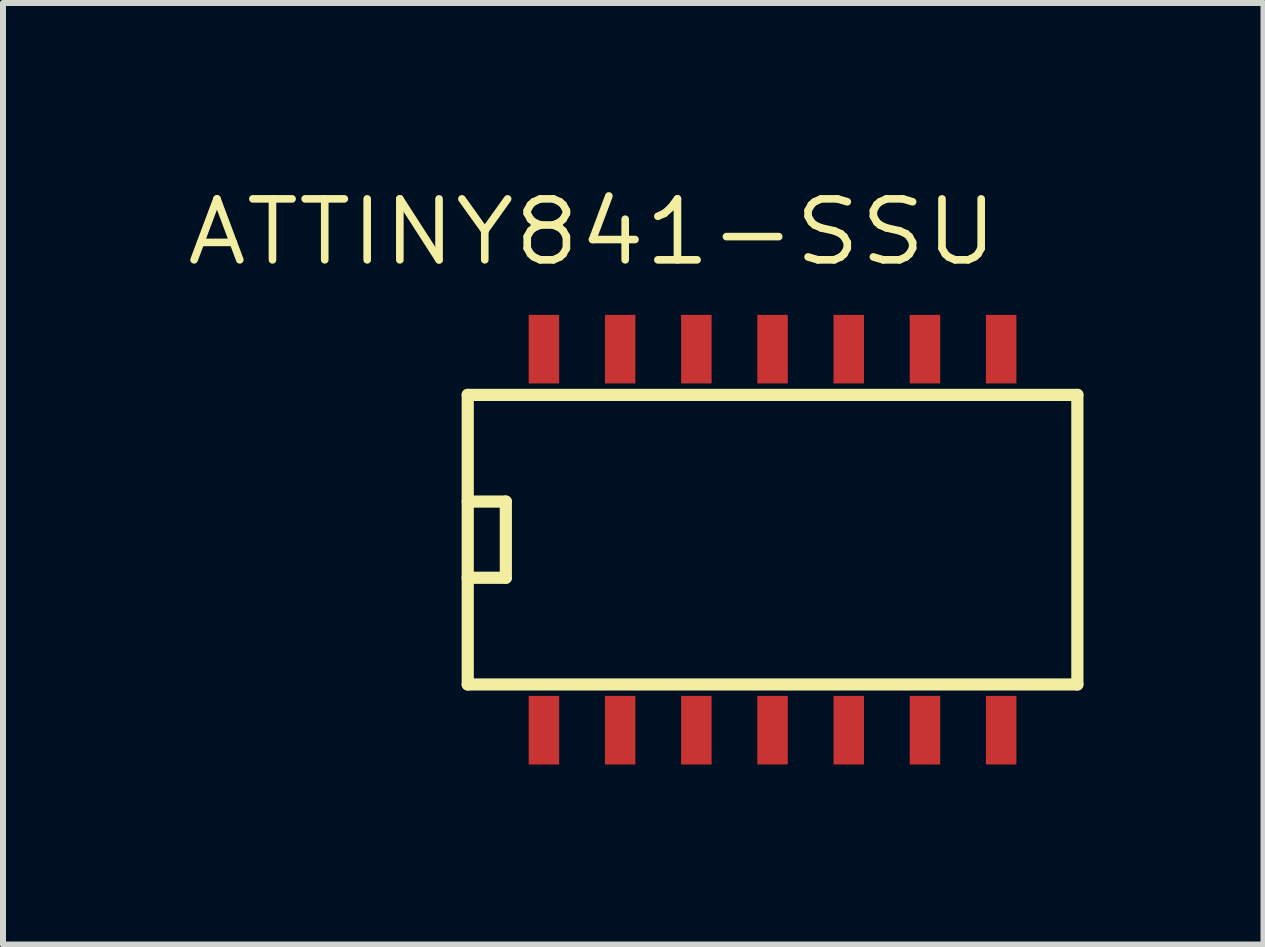
<source format=kicad_pcb>
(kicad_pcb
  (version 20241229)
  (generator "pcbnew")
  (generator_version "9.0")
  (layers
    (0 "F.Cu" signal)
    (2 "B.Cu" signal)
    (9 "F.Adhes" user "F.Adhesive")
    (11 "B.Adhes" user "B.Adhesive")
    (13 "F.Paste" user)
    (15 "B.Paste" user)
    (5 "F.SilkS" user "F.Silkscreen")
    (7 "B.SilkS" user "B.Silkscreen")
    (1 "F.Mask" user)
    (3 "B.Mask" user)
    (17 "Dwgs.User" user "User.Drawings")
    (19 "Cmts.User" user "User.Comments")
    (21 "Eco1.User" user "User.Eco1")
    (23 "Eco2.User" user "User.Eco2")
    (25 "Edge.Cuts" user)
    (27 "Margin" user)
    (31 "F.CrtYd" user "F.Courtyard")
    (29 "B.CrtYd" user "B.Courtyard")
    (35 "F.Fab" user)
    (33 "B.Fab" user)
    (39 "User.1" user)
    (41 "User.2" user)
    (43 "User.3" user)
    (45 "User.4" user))
  (footprint "ATTINY841-SSU"
    (layer "F.Cu")
    (at 9.825 5.817)
    (property "Reference" "ATTINY841-SSU" (at -3 -5 0) (layer "F.SilkS") (effects (font (size 1.016 1.143) (thickness 0.127))))
    (attr smd)
    (fp_line (start -5.08 -2.286) (end 5.08 -2.286) (stroke (width 0.203) (type solid)) (layer "F.SilkS"))
    (fp_line (start -5.08 -0.508) (end -4.445 -0.508) (stroke (width 0.203) (type solid)) (layer "F.SilkS"))
    (fp_line (start -5.08 2.54) (end -5.08 -2.286) (stroke (width 0.203) (type solid)) (layer "F.SilkS"))
    (fp_line (start -4.445 -0.508) (end -4.445 0.762) (stroke (width 0.203) (type solid)) (layer "F.SilkS"))
    (fp_line (start -4.445 0.762) (end -5.08 0.762) (stroke (width 0.203) (type solid)) (layer "F.SilkS"))
    (fp_line (start 5.08 -2.286) (end 5.08 2.54) (stroke (width 0.203) (type solid)) (layer "F.SilkS"))
    (fp_line (start 5.08 2.54) (end -5.08 2.54) (stroke (width 0.203) (type solid)) (layer "F.SilkS"))
    (pad "1" smd rect (at -3.81 3.302) (size 0.508 1.143) (layers "F.Cu" "F.Mask" "F.Paste"))
    (pad "2" smd rect (at -2.54 3.302) (size 0.508 1.143) (layers "F.Cu" "F.Mask" "F.Paste"))
    (pad "3" smd rect (at -1.27 3.302) (size 0.508 1.143) (layers "F.Cu" "F.Mask" "F.Paste"))
    (pad "4" smd rect (at 0 3.302) (size 0.508 1.143) (layers "F.Cu" "F.Mask" "F.Paste"))
    (pad "5" smd rect (at 1.27 3.302) (size 0.508 1.143) (layers "F.Cu" "F.Mask" "F.Paste"))
    (pad "6" smd rect (at 2.54 3.302) (size 0.508 1.143) (layers "F.Cu" "F.Mask" "F.Paste"))
    (pad "7" smd rect (at 3.81 3.302) (size 0.508 1.143) (layers "F.Cu" "F.Mask" "F.Paste"))
    (pad "8" smd rect (at 3.81 -3.048) (size 0.508 1.143) (layers "F.Cu" "F.Mask" "F.Paste"))
    (pad "9" smd rect (at 2.54 -3.048) (size 0.508 1.143) (layers "F.Cu" "F.Mask" "F.Paste"))
    (pad "10" smd rect (at 1.27 -3.048) (size 0.508 1.143) (layers "F.Cu" "F.Mask" "F.Paste"))
    (pad "11" smd rect (at 0 -3.048) (size 0.508 1.143) (layers "F.Cu" "F.Mask" "F.Paste"))
    (pad "12" smd rect (at -1.27 -3.048) (size 0.508 1.143) (layers "F.Cu" "F.Mask" "F.Paste"))
    (pad "13" smd rect (at -2.54 -3.048) (size 0.508 1.143) (layers "F.Cu" "F.Mask" "F.Paste"))
    (pad "14" smd rect (at -3.81 -3.048) (size 0.508 1.143) (layers "F.Cu" "F.Mask" "F.Paste")))
  (gr_rect
    (start -3 -3)
    (end 18.007 12.691)
    (stroke (width 0.1) (type default))
    (fill no)
    (layer "Edge.Cuts")))
</source>
